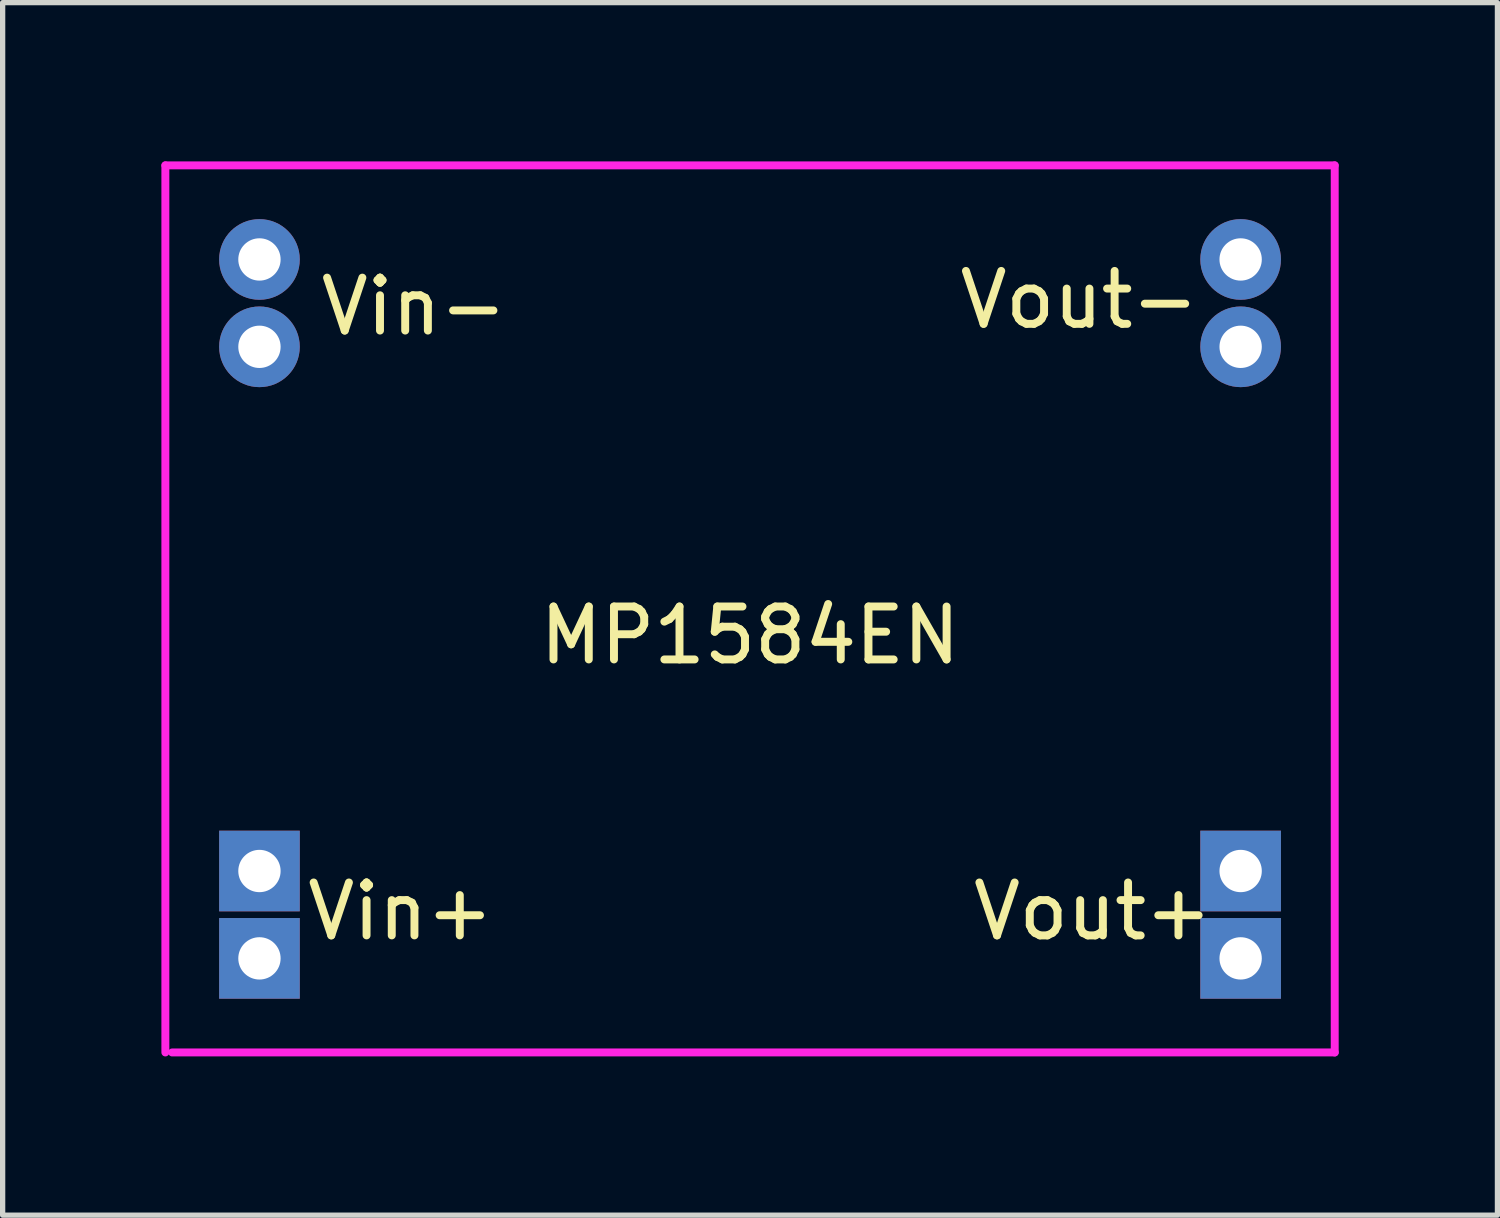
<source format=kicad_pcb>
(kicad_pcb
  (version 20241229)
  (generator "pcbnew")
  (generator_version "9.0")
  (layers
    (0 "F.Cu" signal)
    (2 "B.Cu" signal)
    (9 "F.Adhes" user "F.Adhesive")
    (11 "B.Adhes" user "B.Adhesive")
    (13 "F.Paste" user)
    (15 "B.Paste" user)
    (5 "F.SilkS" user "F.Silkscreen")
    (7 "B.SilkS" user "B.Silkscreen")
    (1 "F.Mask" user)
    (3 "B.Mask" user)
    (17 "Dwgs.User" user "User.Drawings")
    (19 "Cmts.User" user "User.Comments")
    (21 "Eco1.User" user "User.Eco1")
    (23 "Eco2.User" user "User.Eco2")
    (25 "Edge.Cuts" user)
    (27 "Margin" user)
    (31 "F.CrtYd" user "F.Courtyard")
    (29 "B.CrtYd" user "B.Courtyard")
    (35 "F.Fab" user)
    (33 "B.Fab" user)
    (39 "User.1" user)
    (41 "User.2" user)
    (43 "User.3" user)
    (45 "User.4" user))
  (footprint "MP1584EN"
    (layer "F.Cu")
    (at 11.124 8.457)
    (property "Reference" "MP1584EN" (at 0 0.5 0) (layer "F.SilkS") (effects (font (size 1 1) (thickness 0.15))))
    (attr through_hole)
    (fp_line (start -11.049 -8.382) (end 11.049 -8.382) (stroke (width 0.15) (type solid)) (layer "F.CrtYd"))
    (fp_line (start -11.049 8.382) (end -11.049 -8.382) (stroke (width 0.15) (type solid)) (layer "F.CrtYd"))
    (fp_line (start 11.049 -8.382) (end 11.049 8.382) (stroke (width 0.15) (type solid)) (layer "F.CrtYd"))
    (fp_line (start 11.049 8.382) (end -10.922 8.382) (stroke (width 0.15) (type solid)) (layer "F.CrtYd"))
    (fp_text user "Vout-" (at 6.223 -5.842 0) (layer "F.SilkS") (effects (font (size 1 1) (thickness 0.15))))
    (fp_text user "Vin+" (at -6.604 5.715 0) (layer "F.SilkS") (effects (font (size 1 1) (thickness 0.15))))
    (fp_text user "Vin-" (at -6.35 -5.715 0) (layer "F.SilkS") (effects (font (size 1 1) (thickness 0.15))))
    (fp_text user "Vout+" (at 6.477 5.715 0) (layer "F.SilkS") (effects (font (size 1 1) (thickness 0.15))))
    (pad "1" thru_hole circle (at -9.271 -6.604) (size 1.524 1.524) (drill 0.8) (layers "*.Cu" "*.Mask"))
    (pad "1" thru_hole circle (at -9.271 -4.953) (size 1.524 1.524) (drill 0.8) (layers "*.Cu" "*.Mask"))
    (pad "2" thru_hole circle (at 9.271 -6.604) (size 1.524 1.524) (drill 0.8) (layers "*.Cu" "*.Mask"))
    (pad "2" thru_hole circle (at 9.271 -4.953) (size 1.524 1.524) (drill 0.8) (layers "*.Cu" "*.Mask"))
    (pad "3" thru_hole rect (at 9.271 4.953) (size 1.524 1.524) (drill 0.8) (layers "*.Cu" "*.Mask"))
    (pad "3" thru_hole rect (at 9.271 6.604) (size 1.524 1.524) (drill 0.8) (layers "*.Cu" "*.Mask"))
    (pad "4" thru_hole rect (at -9.271 4.953) (size 1.524 1.524) (drill 0.8) (layers "*.Cu" "*.Mask"))
    (pad "4" thru_hole rect (at -9.271 6.604) (size 1.524 1.524) (drill 0.8) (layers "*.Cu" "*.Mask")))
  (gr_rect
    (start -3 -3)
    (end 25.248 19.914)
    (stroke (width 0.1) (type default))
    (fill no)
    (layer "Edge.Cuts")))
</source>
